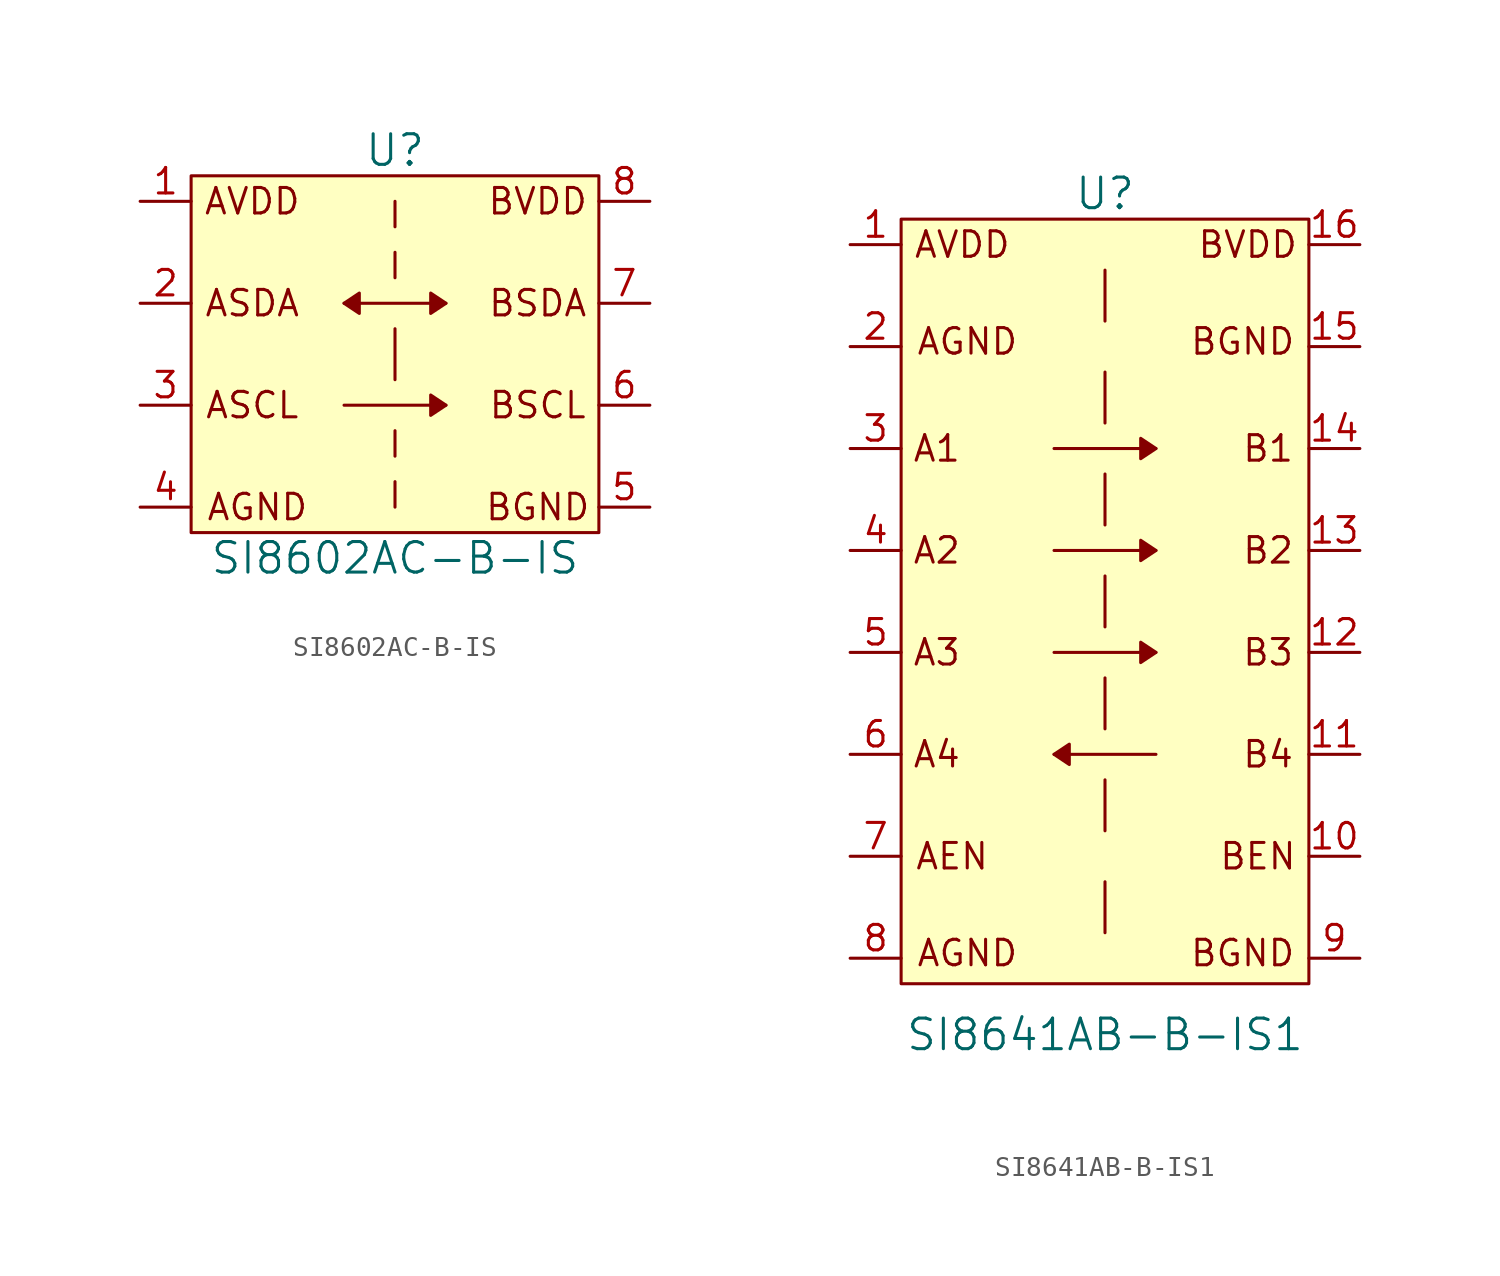
<source format=kicad_sym>
(kicad_symbol_lib
  (version 20211014)
  (generator kicad_symbol_editor)
  (symbol "SI8602AC-B-IS"
    (pin_names
      (offset 0) hide)
    (property "Reference" "U"
      (at 0 10.16 0)
      (effects (font (size 1.524 1.524))))
    (property "Value" "SI8602AC-B-IS"
      (at 0 -10.16 0)
      (effects (font (size 1.524 1.524))))
    (symbol "SI8602AC-B-IS_0_0"
      (polyline (pts (xy -2.54 -2.54) (xy 2.54 -2.54)) (stroke (width 0) (type default) (color 0 0 0 0)) (fill (type none)))
      (polyline (pts (xy -2.54 2.54) (xy 2.54 2.54)) (stroke (width 0) (type default) (color 0 0 0 0)) (fill (type none)))
      (polyline (pts (xy 0 -6.35) (xy 0 -7.62)) (stroke (width 0) (type default) (color 0 0 0 0)) (fill (type none)))
      (polyline (pts (xy 0 -3.81) (xy 0 -5.08)) (stroke (width 0) (type default) (color 0 0 0 0)) (fill (type none)))
      (polyline (pts (xy 0 1.27) (xy 0 -1.27)) (stroke (width 0) (type default) (color 0 0 0 0)) (fill (type none)))
      (polyline (pts (xy 0 5.08) (xy 0 3.81)) (stroke (width 0) (type default) (color 0 0 0 0)) (fill (type none)))
      (polyline (pts (xy 0 7.62) (xy 0 6.35)) (stroke (width 0) (type default) (color 0 0 0 0)) (fill (type none)))
      (polyline (pts (xy -2.54 2.54) (xy -1.778 3.048) (xy -1.778 2.032) (xy -2.54 2.54)) (stroke (width 0) (type default) (color 0 0 0 0)) (fill (type outline)))
      (polyline (pts (xy 2.54 -2.54) (xy 1.778 -2.032) (xy 1.778 -3.048) (xy 2.54 -2.54)) (stroke (width 0) (type default) (color 0 0 0 0)) (fill (type outline)))
      (polyline (pts (xy 2.54 2.54) (xy 1.778 3.048) (xy 1.778 2.032) (xy 2.54 2.54)) (stroke (width 0) (type default) (color 0 0 0 0)) (fill (type outline)))
      (polyline (pts (xy -10.16 8.89) (xy 10.16 8.89) (xy 10.16 -8.89) (xy -10.16 -8.89) (xy -10.16 8.89)) (stroke (width 0) (type default) (color 0 0 0 0)) (fill (type background)))
      (text "AGND" (at -6.858 -7.62 0) (effects (font (size 1.27 1.27))))
      (text "ASCL" (at -7.112 -2.54 0) (effects (font (size 1.27 1.27))))
      (text "ASDA" (at -7.112 2.54 0) (effects (font (size 1.27 1.27))))
      (text "AVDD" (at -7.112 7.62 0) (effects (font (size 1.27 1.27))))
      (text "BGND" (at 7.112 -7.62 0) (effects (font (size 1.27 1.27))))
      (text "BSCL" (at 7.112 -2.54 0) (effects (font (size 1.27 1.27))))
      (text "BSDA" (at 7.112 2.54 0) (effects (font (size 1.27 1.27))))
      (text "BVDD" (at 7.112 7.62 0) (effects (font (size 1.27 1.27)))))
    (symbol "SI8602AC-B-IS_1_1"
      (pin input line (at -12.7 7.62 0) (length 2.54) (name "AVDD" (effects (font (size 1.27 1.27)))) (number "1" (effects (font (size 1.27 1.27)))))
      (pin input line (at -12.7 2.54 0) (length 2.54) (name "ASDA" (effects (font (size 1.27 1.27)))) (number "2" (effects (font (size 1.27 1.27)))))
      (pin input line (at -12.7 -2.54 0) (length 2.54) (name "ASCL" (effects (font (size 1.27 1.27)))) (number "3" (effects (font (size 1.27 1.27)))))
      (pin input line (at -12.7 -7.62 0) (length 2.54) (name "AGND" (effects (font (size 1.27 1.27)))) (number "4" (effects (font (size 1.27 1.27)))))
      (pin input line (at 12.7 -7.62 180) (length 2.54) (name "BGND" (effects (font (size 1.27 1.27)))) (number "5" (effects (font (size 1.27 1.27)))))
      (pin input line (at 12.7 -2.54 180) (length 2.54) (name "BSCL" (effects (font (size 1.27 1.27)))) (number "6" (effects (font (size 1.27 1.27)))))
      (pin input line (at 12.7 2.54 180) (length 2.54) (name "BSDA" (effects (font (size 1.27 1.27)))) (number "7" (effects (font (size 1.27 1.27)))))
      (pin input line (at 12.7 7.62 180) (length 2.54) (name "BVDD" (effects (font (size 1.27 1.27)))) (number "8" (effects (font (size 1.27 1.27)))))))
  (symbol "SI8641AB-B-IS1"
    (pin_names
      (offset 0) hide)
    (property "Reference" "U"
      (at 0 20.32 0)
      (effects (font (size 1.524 1.524))))
    (property "Value" "SI8641AB-B-IS1"
      (at 0 -21.59 0)
      (effects (font (size 1.524 1.524))))
    (symbol "SI8641AB-B-IS1_0_0"
      (polyline (pts (xy -2.54 -7.62) (xy 2.54 -7.62)) (stroke (width 0) (type default) (color 0 0 0 0)) (fill (type none)))
      (polyline (pts (xy -2.54 -2.54) (xy 2.54 -2.54)) (stroke (width 0) (type default) (color 0 0 0 0)) (fill (type none)))
      (polyline (pts (xy -2.54 2.54) (xy 2.54 2.54)) (stroke (width 0) (type default) (color 0 0 0 0)) (fill (type none)))
      (polyline (pts (xy -2.54 7.62) (xy 2.54 7.62)) (stroke (width 0) (type default) (color 0 0 0 0)) (fill (type none)))
      (polyline (pts (xy 0 -13.97) (xy 0 -16.51)) (stroke (width 0) (type default) (color 0 0 0 0)) (fill (type none)))
      (polyline (pts (xy 0 -8.89) (xy 0 -11.43)) (stroke (width 0) (type default) (color 0 0 0 0)) (fill (type none)))
      (polyline (pts (xy 0 -3.81) (xy 0 -6.35)) (stroke (width 0) (type default) (color 0 0 0 0)) (fill (type none)))
      (polyline (pts (xy 0 1.27) (xy 0 -1.27)) (stroke (width 0) (type default) (color 0 0 0 0)) (fill (type none)))
      (polyline (pts (xy 0 6.35) (xy 0 3.81)) (stroke (width 0) (type default) (color 0 0 0 0)) (fill (type none)))
      (polyline (pts (xy 0 11.43) (xy 0 8.89)) (stroke (width 0) (type default) (color 0 0 0 0)) (fill (type none)))
      (polyline (pts (xy 0 16.51) (xy 0 13.97)) (stroke (width 0) (type default) (color 0 0 0 0)) (fill (type none)))
      (polyline (pts (xy -2.54 -7.62) (xy -1.778 -7.112) (xy -1.778 -8.128) (xy -2.54 -7.62)) (stroke (width 0) (type default) (color 0 0 0 0)) (fill (type outline)))
      (polyline (pts (xy 2.54 -2.54) (xy 1.778 -2.032) (xy 1.778 -3.048) (xy 2.54 -2.54)) (stroke (width 0) (type default) (color 0 0 0 0)) (fill (type outline)))
      (polyline (pts (xy 2.54 2.54) (xy 1.778 3.048) (xy 1.778 2.032) (xy 2.54 2.54)) (stroke (width 0) (type default) (color 0 0 0 0)) (fill (type outline)))
      (polyline (pts (xy 2.54 7.62) (xy 1.778 8.128) (xy 1.778 7.112) (xy 2.54 7.62)) (stroke (width 0) (type default) (color 0 0 0 0)) (fill (type outline)))
      (polyline (pts (xy -10.16 19.05) (xy 10.16 19.05) (xy 10.16 -19.05) (xy -10.16 -19.05) (xy -10.16 1.27) (xy -10.16 19.05)) (stroke (width 0) (type default) (color 0 0 0 0)) (fill (type background)))
      (text "A1" (at -8.382 7.62 0) (effects (font (size 1.27 1.27))))
      (text "A2" (at -8.382 2.54 0) (effects (font (size 1.27 1.27))))
      (text "A3" (at -8.382 -2.54 0) (effects (font (size 1.27 1.27))))
      (text "A4" (at -8.382 -7.62 0) (effects (font (size 1.27 1.27))))
      (text "AEN" (at -7.62 -12.7 0) (effects (font (size 1.27 1.27))))
      (text "AGND" (at -6.858 -17.526 0) (effects (font (size 1.27 1.27))))
      (text "AGND" (at -6.858 12.954 0) (effects (font (size 1.27 1.27))))
      (text "AVDD" (at -7.112 17.78 0) (effects (font (size 1.27 1.27))))
      (text "B1" (at 8.128 7.62 0) (effects (font (size 1.27 1.27))))
      (text "B2" (at 8.128 2.54 0) (effects (font (size 1.27 1.27))))
      (text "B3" (at 8.128 -2.54 0) (effects (font (size 1.27 1.27))))
      (text "B4" (at 8.128 -7.62 0) (effects (font (size 1.27 1.27))))
      (text "BEN" (at 7.62 -12.7 0) (effects (font (size 1.27 1.27))))
      (text "BGND" (at 6.858 -17.526 0) (effects (font (size 1.27 1.27))))
      (text "BGND" (at 6.858 12.954 0) (effects (font (size 1.27 1.27))))
      (text "BVDD" (at 7.112 17.78 0) (effects (font (size 1.27 1.27)))))
    (symbol "SI8641AB-B-IS1_1_1"
      (pin input line (at -12.7 17.78 0) (length 2.54) (name "AVDD" (effects (font (size 1.27 1.27)))) (number "1" (effects (font (size 1.27 1.27)))))
      (pin input line (at 12.7 -12.7 180) (length 2.54) (name "BEN" (effects (font (size 1.27 1.27)))) (number "10" (effects (font (size 1.27 1.27)))))
      (pin input line (at 12.7 -7.62 180) (length 2.54) (name "B4" (effects (font (size 1.27 1.27)))) (number "11" (effects (font (size 1.27 1.27)))))
      (pin output line (at 12.7 -2.54 180) (length 2.54) (name "B3" (effects (font (size 1.27 1.27)))) (number "12" (effects (font (size 1.27 1.27)))))
      (pin output line (at 12.7 2.54 180) (length 2.54) (name "B2" (effects (font (size 1.27 1.27)))) (number "13" (effects (font (size 1.27 1.27)))))
      (pin output line (at 12.7 7.62 180) (length 2.54) (name "B1" (effects (font (size 1.27 1.27)))) (number "14" (effects (font (size 1.27 1.27)))))
      (pin input line (at 12.7 12.7 180) (length 2.54) (name "BGND" (effects (font (size 1.27 1.27)))) (number "15" (effects (font (size 1.27 1.27)))))
      (pin input line (at 12.7 17.78 180) (length 2.54) (name "BVDD" (effects (font (size 1.27 1.27)))) (number "16" (effects (font (size 1.27 1.27)))))
      (pin input line (at -12.7 12.7 0) (length 2.54) (name "AGND" (effects (font (size 1.27 1.27)))) (number "2" (effects (font (size 1.27 1.27)))))
      (pin input line (at -12.7 7.62 0) (length 2.54) (name "A1" (effects (font (size 1.27 1.27)))) (number "3" (effects (font (size 1.27 1.27)))))
      (pin input line (at -12.7 2.54 0) (length 2.54) (name "A2" (effects (font (size 1.27 1.27)))) (number "4" (effects (font (size 1.27 1.27)))))
      (pin input line (at -12.7 -2.54 0) (length 2.54) (name "A3" (effects (font (size 1.27 1.27)))) (number "5" (effects (font (size 1.27 1.27)))))
      (pin output line (at -12.7 -7.62 0) (length 2.54) (name "A4" (effects (font (size 1.27 1.27)))) (number "6" (effects (font (size 1.27 1.27)))))
      (pin input line (at -12.7 -12.7 0) (length 2.54) (name "AEN" (effects (font (size 1.27 1.27)))) (number "7" (effects (font (size 1.27 1.27)))))
      (pin input line (at -12.7 -17.78 0) (length 2.54) (name "AGND" (effects (font (size 1.27 1.27)))) (number "8" (effects (font (size 1.27 1.27)))))
      (pin input line (at 12.7 -17.78 180) (length 2.54) (name "BGND" (effects (font (size 1.27 1.27)))) (number "9" (effects (font (size 1.27 1.27))))))))
</source>
